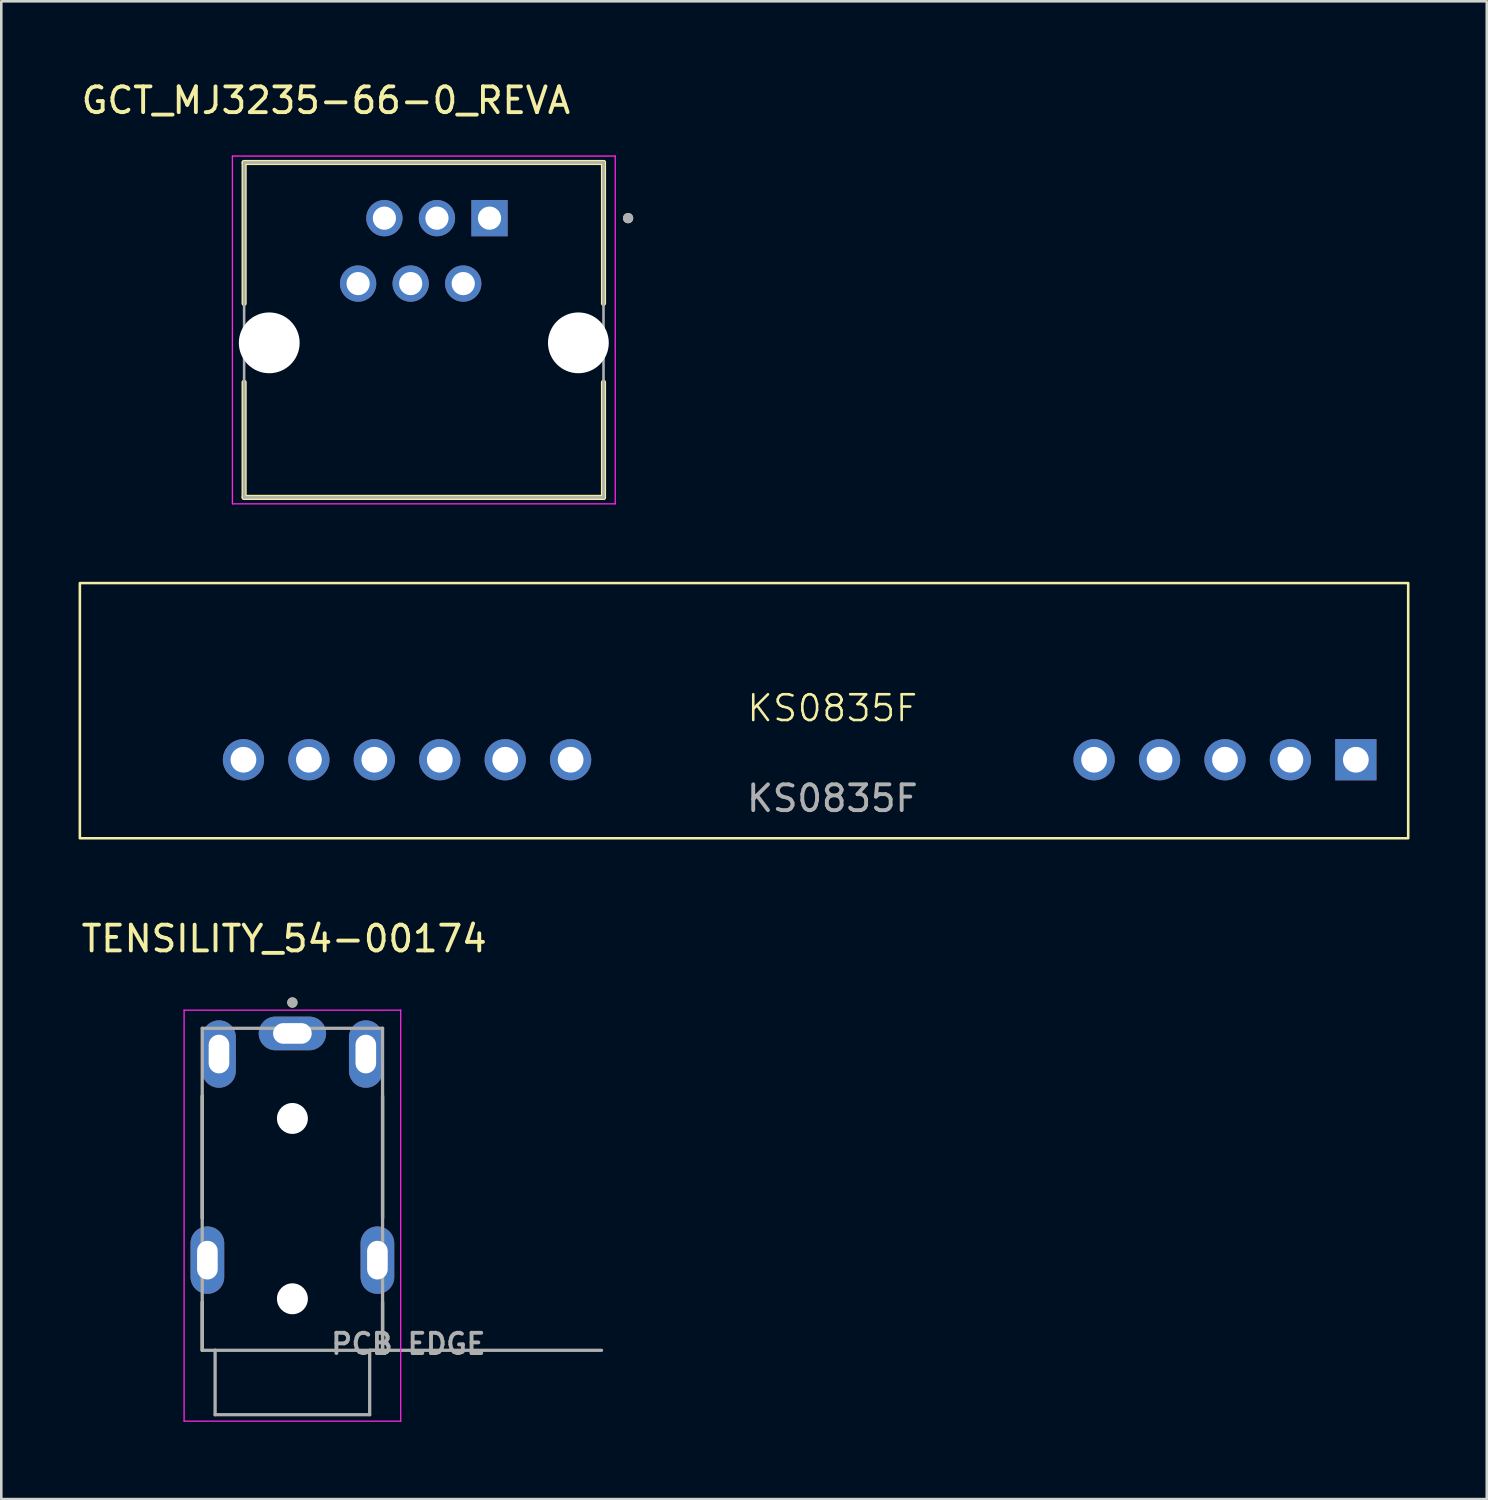
<source format=kicad_pcb>
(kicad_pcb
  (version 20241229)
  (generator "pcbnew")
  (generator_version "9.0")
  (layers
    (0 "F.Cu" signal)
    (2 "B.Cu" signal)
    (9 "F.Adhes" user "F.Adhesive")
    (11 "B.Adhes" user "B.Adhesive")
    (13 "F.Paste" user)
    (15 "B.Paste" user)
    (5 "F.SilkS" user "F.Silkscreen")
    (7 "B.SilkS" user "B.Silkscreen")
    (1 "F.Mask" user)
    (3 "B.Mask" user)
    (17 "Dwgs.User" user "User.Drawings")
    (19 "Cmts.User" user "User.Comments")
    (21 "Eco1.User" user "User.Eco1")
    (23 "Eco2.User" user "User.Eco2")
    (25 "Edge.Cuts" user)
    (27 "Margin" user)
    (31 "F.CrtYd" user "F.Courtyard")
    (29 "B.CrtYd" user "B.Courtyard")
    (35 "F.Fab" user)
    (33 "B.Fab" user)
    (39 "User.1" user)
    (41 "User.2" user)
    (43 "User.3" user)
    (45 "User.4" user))
  (footprint "KS0835F"
    (layer "F.Cu")
    (at 29.26 26.441)
    (property "Reference" "KS0835F" (at 0 -2 0) (unlocked yes) (layer "F.SilkS") (effects (font (size 1 1) (thickness 0.1))))
    (attr through_hole)
    (fp_rect (start -29.21 -6.858) (end 22.352 3.048) (stroke (width 0.1) (type default)) (fill no) (layer "F.SilkS"))
    (fp_text user "${REFERENCE}" (at 0 1.5 0) (unlocked yes) (layer "F.Fab") (effects (font (size 1 1) (thickness 0.15))))
    (pad "1" thru_hole rect (at 20.32 0) (size 1.6 1.6) (drill 1) (layers "*.Cu" "*.Mask"))
    (pad "2" thru_hole circle (at 17.78 0) (size 1.6 1.6) (drill 1) (layers "*.Cu" "*.Mask"))
    (pad "3" thru_hole circle (at 15.24 0) (size 1.6 1.6) (drill 1) (layers "*.Cu" "*.Mask"))
    (pad "4" thru_hole circle (at 12.7 0) (size 1.6 1.6) (drill 1) (layers "*.Cu" "*.Mask"))
    (pad "5" thru_hole circle (at 10.16 0) (size 1.6 1.6) (drill 1) (layers "*.Cu" "*.Mask"))
    (pad "6" thru_hole circle (at -10.16 0) (size 1.6 1.6) (drill 1) (layers "*.Cu" "*.Mask"))
    (pad "7" thru_hole circle (at -12.7 0) (size 1.6 1.6) (drill 1) (layers "*.Cu" "*.Mask"))
    (pad "8" thru_hole circle (at -15.24 0) (size 1.6 1.6) (drill 1) (layers "*.Cu" "*.Mask"))
    (pad "9" thru_hole circle (at -17.78 0) (size 1.6 1.6) (drill 1) (layers "*.Cu" "*.Mask"))
    (pad "10" thru_hole circle (at -20.32 0) (size 1.6 1.6) (drill 1) (layers "*.Cu" "*.Mask"))
    (pad "11" thru_hole circle (at -22.86 0) (size 1.6 1.6) (drill 1) (layers "*.Cu" "*.Mask")))
  (footprint "GCT_MJ3235-66-0_REVA"
    (layer "F.Cu")
    (at 13.401 9.758)
    (property "Reference" "GCT_MJ3235-66-0_REVA" (at -3.8 -8.91 0) (layer "F.SilkS") (effects (font (size 1 1) (thickness 0.15))))
    (attr through_hole)
    (fp_line (start -6.975 -6.5) (end -6.975 -1.03) (stroke (width 0.2) (type solid)) (layer "F.SilkS"))
    (fp_line (start -6.975 -6.5) (end 6.975 -6.5) (stroke (width 0.2) (type solid)) (layer "F.SilkS"))
    (fp_line (start -6.975 6.5) (end -6.975 2.03) (stroke (width 0.2) (type solid)) (layer "F.SilkS"))
    (fp_line (start -6.975 6.5) (end 6.975 6.5) (stroke (width 0.2) (type solid)) (layer "F.SilkS"))
    (fp_line (start 6.975 -6.5) (end 6.975 -1.03) (stroke (width 0.2) (type solid)) (layer "F.SilkS"))
    (fp_line (start 6.975 6.5) (end 6.975 2.03) (stroke (width 0.2) (type solid)) (layer "F.SilkS"))
    (fp_circle (center 7.93 -4.34) (end 8.03 -4.34) (stroke (width 0.2) (type solid)) (fill no) (layer "F.SilkS"))
    (fp_line (start -7.43 -6.75) (end -7.43 6.75) (stroke (width 0.05) (type solid)) (layer "F.CrtYd"))
    (fp_line (start -7.43 6.75) (end 7.43 6.75) (stroke (width 0.05) (type solid)) (layer "F.CrtYd"))
    (fp_line (start 7.43 -6.75) (end -7.43 -6.75) (stroke (width 0.05) (type solid)) (layer "F.CrtYd"))
    (fp_line (start 7.43 6.75) (end 7.43 -6.75) (stroke (width 0.05) (type solid)) (layer "F.CrtYd"))
    (fp_line (start -6.975 -6.5) (end -6.975 6.5) (stroke (width 0.1) (type solid)) (layer "F.Fab"))
    (fp_line (start -6.975 -6.5) (end 6.975 -6.5) (stroke (width 0.1) (type solid)) (layer "F.Fab"))
    (fp_line (start -6.975 6.5) (end 6.975 6.5) (stroke (width 0.1) (type solid)) (layer "F.Fab"))
    (fp_line (start 6.975 -6.5) (end 6.975 6.5) (stroke (width 0.1) (type solid)) (layer "F.Fab"))
    (fp_circle (center 7.93 -4.34) (end 8.03 -4.34) (stroke (width 0.2) (type solid)) (fill no) (layer "F.Fab"))
    (pad "" np_thru_hole circle (at -6 0.5) (size 2.36 2.36) (drill 2.36) (layers "*.Cu" "*.Mask"))
    (pad "" np_thru_hole circle (at 6 0.5) (size 2.36 2.36) (drill 2.36) (layers "*.Cu" "*.Mask"))
    (pad "1" thru_hole rect (at 2.55 -4.34) (size 1.408 1.408) (drill 0.9) (layers "*.Cu" "*.Mask"))
    (pad "2" thru_hole circle (at 1.53 -1.8) (size 1.408 1.408) (drill 0.9) (layers "*.Cu" "*.Mask"))
    (pad "3" thru_hole circle (at 0.51 -4.34) (size 1.408 1.408) (drill 0.9) (layers "*.Cu" "*.Mask"))
    (pad "4" thru_hole circle (at -0.51 -1.8) (size 1.408 1.408) (drill 0.9) (layers "*.Cu" "*.Mask"))
    (pad "5" thru_hole circle (at -1.53 -4.34) (size 1.408 1.408) (drill 0.9) (layers "*.Cu" "*.Mask"))
    (pad "6" thru_hole circle (at -2.55 -1.8) (size 1.408 1.408) (drill 0.9) (layers "*.Cu" "*.Mask")))
  (footprint "TENSILITY_54-00174"
    (layer "F.Cu")
    (at 8.3 43.865)
    (property "Reference" "TENSILITY_54-00174" (at -0.318 -10.477 0) (layer "F.SilkS") (effects (font (size 1 1) (thickness 0.15))))
    (attr through_hole)
    (fp_line (start -3.5 -4.372) (end -3.5 0.372) (stroke (width 0.127) (type solid)) (layer "F.SilkS"))
    (fp_line (start -3.5 5.5) (end -3.5 3.628) (stroke (width 0.127) (type solid)) (layer "F.SilkS"))
    (fp_line (start 3.5 -4.372) (end 3.5 0.372) (stroke (width 0.127) (type solid)) (layer "F.SilkS"))
    (fp_line (start 3.5 5.5) (end 3.5 3.628) (stroke (width 0.127) (type solid)) (layer "F.SilkS"))
    (fp_circle (center 0 -8) (end 0.1 -8) (stroke (width 0.2) (type solid)) (fill no) (layer "F.SilkS"))
    (fp_line (start -4.204 -7.704) (end -4.204 8.25) (stroke (width 0.05) (type solid)) (layer "F.CrtYd"))
    (fp_line (start -4.204 8.25) (end 4.204 8.25) (stroke (width 0.05) (type solid)) (layer "F.CrtYd"))
    (fp_line (start 4.204 -7.704) (end -4.204 -7.704) (stroke (width 0.05) (type solid)) (layer "F.CrtYd"))
    (fp_line (start 4.204 8.25) (end 4.204 -7.704) (stroke (width 0.05) (type solid)) (layer "F.CrtYd"))
    (fp_line (start -3.5 -7) (end -3.5 5.5) (stroke (width 0.127) (type solid)) (layer "F.Fab"))
    (fp_line (start -3.5 -7) (end 3.5 -7) (stroke (width 0.127) (type solid)) (layer "F.Fab"))
    (fp_line (start -3.5 5.5) (end -3 5.5) (stroke (width 0.127) (type solid)) (layer "F.Fab"))
    (fp_line (start -3 5.5) (end -3 8) (stroke (width 0.127) (type solid)) (layer "F.Fab"))
    (fp_line (start -3 5.5) (end 12 5.5) (stroke (width 0.127) (type solid)) (layer "F.Fab"))
    (fp_line (start -3 8) (end 3 8) (stroke (width 0.127) (type solid)) (layer "F.Fab"))
    (fp_line (start 3 5.5) (end 3 8) (stroke (width 0.127) (type solid)) (layer "F.Fab"))
    (fp_line (start 3 5.5) (end 3.5 5.5) (stroke (width 0.127) (type solid)) (layer "F.Fab"))
    (fp_line (start 3.5 -7) (end 3.5 5.5) (stroke (width 0.127) (type solid)) (layer "F.Fab"))
    (fp_circle (center 0 -8) (end 0.1 -8) (stroke (width 0.2) (type solid)) (fill no) (layer "F.Fab"))
    (fp_text user "PCB EDGE" (at 4.5 5.25 0) (layer "F.Fab") (effects (font (size 0.787 0.787) (thickness 0.15))))
    (pad "" np_thru_hole circle (at 0 -3.5) (size 1.2 1.2) (drill 1.2) (layers "*.Cu" "*.Mask"))
    (pad "" np_thru_hole circle (at 0 3.5) (size 1.2 1.2) (drill 1.2) (layers "*.Cu" "*.Mask"))
    (pad "R1" thru_hole oval (at 2.85 -6) (size 1.308 2.616) (drill oval 0.8 1.5) (layers "*.Cu" "*.Mask"))
    (pad "R2" thru_hole oval (at -2.85 -6) (size 1.308 2.616) (drill oval 0.8 1.5) (layers "*.Cu" "*.Mask"))
    (pad "S" thru_hole oval (at 0 -6.8) (size 2.616 1.308) (drill oval 1.5 0.8) (layers "*.Cu" "*.Mask"))
    (pad "T" thru_hole oval (at -3.3 2) (size 1.308 2.616) (drill oval 0.8 1.5) (layers "*.Cu" "*.Mask"))
    (pad "T" thru_hole oval (at 3.3 2) (size 1.308 2.616) (drill oval 0.8 1.5) (layers "*.Cu" "*.Mask")))
  (gr_rect
    (start -3 -3)
    (end 54.662 55.14)
    (stroke (width 0.1) (type default))
    (fill no)
    (layer "Edge.Cuts")))
</source>
